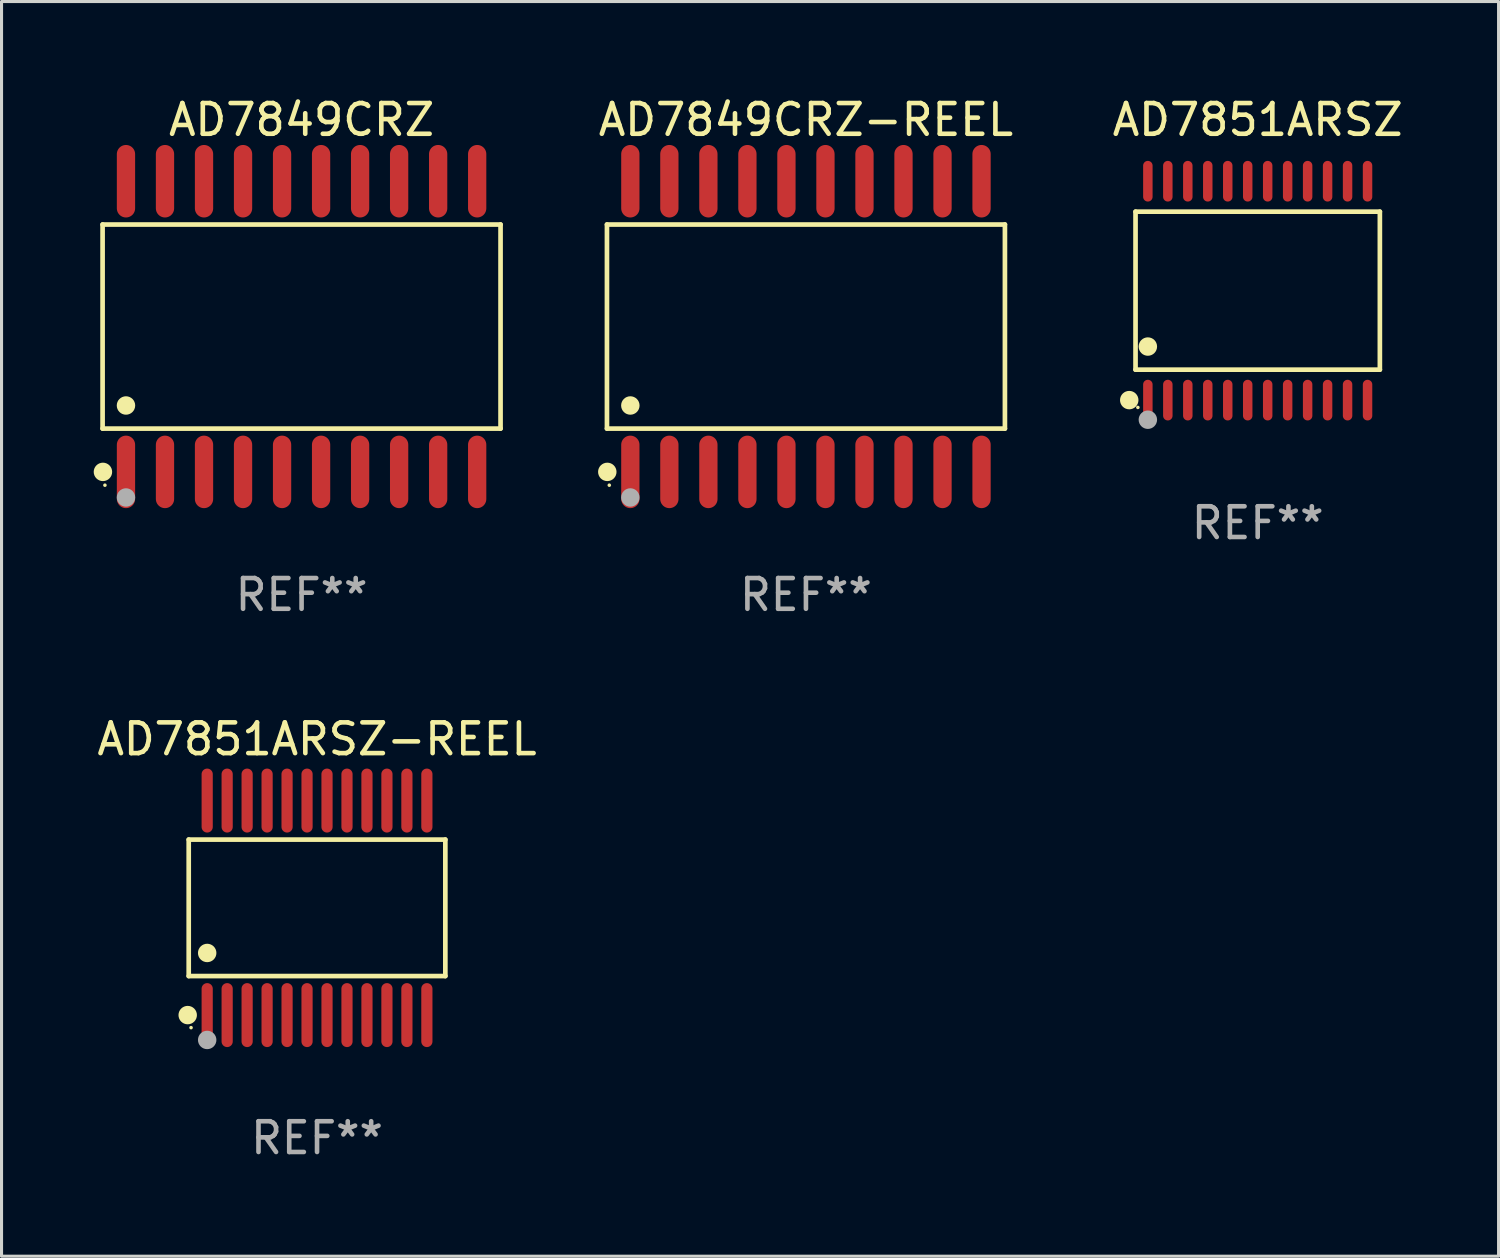
<source format=kicad_pcb>
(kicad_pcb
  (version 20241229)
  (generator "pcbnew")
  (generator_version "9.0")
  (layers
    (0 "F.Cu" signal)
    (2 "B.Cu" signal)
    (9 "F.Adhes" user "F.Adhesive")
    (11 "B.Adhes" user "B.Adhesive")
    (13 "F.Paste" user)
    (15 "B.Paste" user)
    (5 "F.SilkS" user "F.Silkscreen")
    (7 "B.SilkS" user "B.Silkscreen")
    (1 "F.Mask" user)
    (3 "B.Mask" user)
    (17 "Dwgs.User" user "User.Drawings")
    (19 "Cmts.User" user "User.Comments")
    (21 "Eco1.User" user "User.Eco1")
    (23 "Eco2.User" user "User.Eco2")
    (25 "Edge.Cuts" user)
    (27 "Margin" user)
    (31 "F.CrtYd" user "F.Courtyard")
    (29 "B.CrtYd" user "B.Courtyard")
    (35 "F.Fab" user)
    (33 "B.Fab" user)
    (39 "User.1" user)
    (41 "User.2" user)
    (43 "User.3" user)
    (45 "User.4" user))
  (footprint "AD7849CRZ-REEL"
    (layer "F.Cu")
    (at 23.18 7.578)
    (property "Reference" "AD7849CRZ-REEL" (at 0 -6.73 0) (layer "F.SilkS") (effects (font (size 1 1) (thickness 0.15))))
    (attr through_hole)
    (fp_line (start -6.476 -3.321) (end 6.476 -3.321) (stroke (width 0.152) (type solid)) (layer "F.SilkS"))
    (fp_line (start -6.476 3.321) (end -6.476 -3.321) (stroke (width 0.152) (type solid)) (layer "F.SilkS"))
    (fp_line (start 6.476 -3.321) (end 6.476 3.321) (stroke (width 0.152) (type solid)) (layer "F.SilkS"))
    (fp_line (start 6.476 3.321) (end -6.476 3.321) (stroke (width 0.152) (type solid)) (layer "F.SilkS"))
    (fp_circle (center -6.465 4.73) (end -6.315 4.73) (stroke (width 0.3) (type solid)) (fill no) (layer "F.SilkS"))
    (fp_circle (center -6.4 5.163) (end -6.37 5.163) (stroke (width 0.06) (type solid)) (fill no) (layer "F.SilkS"))
    (fp_circle (center -5.715 2.569) (end -5.565 2.569) (stroke (width 0.3) (type solid)) (fill no) (layer "F.SilkS"))
    (fp_circle (center -5.715 5.563) (end -5.565 5.563) (stroke (width 0.3) (type solid)) (fill no) (layer "F.Fab"))
    (fp_text user "REF**" (at 0 8.73 0) (layer "F.Fab") (effects (font (size 1 1) (thickness 0.15))))
    (pad "1" smd oval (at -5.715 4.73) (size 0.595 2.36) (layers "F.Cu" "F.Mask" "F.Paste"))
    (pad "2" smd oval (at -4.445 4.73) (size 0.595 2.36) (layers "F.Cu" "F.Mask" "F.Paste"))
    (pad "3" smd oval (at -3.175 4.73) (size 0.595 2.36) (layers "F.Cu" "F.Mask" "F.Paste"))
    (pad "4" smd oval (at -1.905 4.73) (size 0.595 2.36) (layers "F.Cu" "F.Mask" "F.Paste"))
    (pad "5" smd oval (at -0.635 4.73) (size 0.595 2.36) (layers "F.Cu" "F.Mask" "F.Paste"))
    (pad "6" smd oval (at 0.635 4.73) (size 0.595 2.36) (layers "F.Cu" "F.Mask" "F.Paste"))
    (pad "7" smd oval (at 1.905 4.73) (size 0.595 2.36) (layers "F.Cu" "F.Mask" "F.Paste"))
    (pad "8" smd oval (at 3.175 4.73) (size 0.595 2.36) (layers "F.Cu" "F.Mask" "F.Paste"))
    (pad "9" smd oval (at 4.445 4.73) (size 0.595 2.36) (layers "F.Cu" "F.Mask" "F.Paste"))
    (pad "10" smd oval (at 5.715 4.73) (size 0.595 2.36) (layers "F.Cu" "F.Mask" "F.Paste"))
    (pad "11" smd oval (at 5.715 -4.73) (size 0.595 2.36) (layers "F.Cu" "F.Mask" "F.Paste"))
    (pad "12" smd oval (at 4.445 -4.73) (size 0.595 2.36) (layers "F.Cu" "F.Mask" "F.Paste"))
    (pad "13" smd oval (at 3.175 -4.73) (size 0.595 2.36) (layers "F.Cu" "F.Mask" "F.Paste"))
    (pad "14" smd oval (at 1.905 -4.73) (size 0.595 2.36) (layers "F.Cu" "F.Mask" "F.Paste"))
    (pad "15" smd oval (at 0.635 -4.73) (size 0.595 2.36) (layers "F.Cu" "F.Mask" "F.Paste"))
    (pad "16" smd oval (at -0.635 -4.73) (size 0.595 2.36) (layers "F.Cu" "F.Mask" "F.Paste"))
    (pad "17" smd oval (at -1.905 -4.73) (size 0.595 2.36) (layers "F.Cu" "F.Mask" "F.Paste"))
    (pad "18" smd oval (at -3.175 -4.73) (size 0.595 2.36) (layers "F.Cu" "F.Mask" "F.Paste"))
    (pad "19" smd oval (at -4.445 -4.73) (size 0.595 2.36) (layers "F.Cu" "F.Mask" "F.Paste"))
    (pad "20" smd oval (at -5.715 -4.73) (size 0.595 2.36) (layers "F.Cu" "F.Mask" "F.Paste")))
  (footprint "AD7851ARSZ"
    (layer "F.Cu")
    (at 37.883 6.41)
    (property "Reference" "AD7851ARSZ" (at 0 -5.562 0) (layer "F.SilkS") (effects (font (size 1 1) (thickness 0.15))))
    (attr through_hole)
    (fp_line (start -3.976 -2.571) (end 3.976 -2.571) (stroke (width 0.152) (type solid)) (layer "F.SilkS"))
    (fp_line (start -3.976 2.571) (end -3.976 -2.571) (stroke (width 0.152) (type solid)) (layer "F.SilkS"))
    (fp_line (start 3.976 -2.571) (end 3.976 2.571) (stroke (width 0.152) (type solid)) (layer "F.SilkS"))
    (fp_line (start 3.976 2.571) (end -3.976 2.571) (stroke (width 0.152) (type solid)) (layer "F.SilkS"))
    (fp_circle (center -4.181 3.562) (end -4.031 3.562) (stroke (width 0.3) (type solid)) (fill no) (layer "F.SilkS"))
    (fp_circle (center -3.9 3.8) (end -3.87 3.8) (stroke (width 0.06) (type solid)) (fill no) (layer "F.SilkS"))
    (fp_circle (center -3.575 1.819) (end -3.425 1.819) (stroke (width 0.3) (type solid)) (fill no) (layer "F.SilkS"))
    (fp_circle (center -3.575 4.2) (end -3.425 4.2) (stroke (width 0.3) (type solid)) (fill no) (layer "F.Fab"))
    (fp_text user "REF**" (at 0 7.562 0) (layer "F.Fab") (effects (font (size 1 1) (thickness 0.15))))
    (pad "1" smd oval (at -3.575 3.562) (size 0.308 1.324) (layers "F.Cu" "F.Mask" "F.Paste"))
    (pad "2" smd oval (at -2.925 3.562) (size 0.308 1.324) (layers "F.Cu" "F.Mask" "F.Paste"))
    (pad "3" smd oval (at -2.275 3.562) (size 0.308 1.324) (layers "F.Cu" "F.Mask" "F.Paste"))
    (pad "4" smd oval (at -1.625 3.562) (size 0.308 1.324) (layers "F.Cu" "F.Mask" "F.Paste"))
    (pad "5" smd oval (at -0.975 3.562) (size 0.308 1.324) (layers "F.Cu" "F.Mask" "F.Paste"))
    (pad "6" smd oval (at -0.325 3.562) (size 0.308 1.324) (layers "F.Cu" "F.Mask" "F.Paste"))
    (pad "7" smd oval (at 0.325 3.562) (size 0.308 1.324) (layers "F.Cu" "F.Mask" "F.Paste"))
    (pad "8" smd oval (at 0.975 3.562) (size 0.308 1.324) (layers "F.Cu" "F.Mask" "F.Paste"))
    (pad "9" smd oval (at 1.625 3.562) (size 0.308 1.324) (layers "F.Cu" "F.Mask" "F.Paste"))
    (pad "10" smd oval (at 2.275 3.562) (size 0.308 1.324) (layers "F.Cu" "F.Mask" "F.Paste"))
    (pad "11" smd oval (at 2.925 3.562) (size 0.308 1.324) (layers "F.Cu" "F.Mask" "F.Paste"))
    (pad "12" smd oval (at 3.575 3.562) (size 0.308 1.324) (layers "F.Cu" "F.Mask" "F.Paste"))
    (pad "13" smd oval (at 3.575 -3.562) (size 0.308 1.324) (layers "F.Cu" "F.Mask" "F.Paste"))
    (pad "14" smd oval (at 2.925 -3.562) (size 0.308 1.324) (layers "F.Cu" "F.Mask" "F.Paste"))
    (pad "15" smd oval (at 2.275 -3.562) (size 0.308 1.324) (layers "F.Cu" "F.Mask" "F.Paste"))
    (pad "16" smd oval (at 1.625 -3.562) (size 0.308 1.324) (layers "F.Cu" "F.Mask" "F.Paste"))
    (pad "17" smd oval (at 0.975 -3.562) (size 0.308 1.324) (layers "F.Cu" "F.Mask" "F.Paste"))
    (pad "18" smd oval (at 0.325 -3.562) (size 0.308 1.324) (layers "F.Cu" "F.Mask" "F.Paste"))
    (pad "19" smd oval (at -0.325 -3.562) (size 0.308 1.324) (layers "F.Cu" "F.Mask" "F.Paste"))
    (pad "20" smd oval (at -0.975 -3.562) (size 0.308 1.324) (layers "F.Cu" "F.Mask" "F.Paste"))
    (pad "21" smd oval (at -1.625 -3.562) (size 0.308 1.324) (layers "F.Cu" "F.Mask" "F.Paste"))
    (pad "22" smd oval (at -2.275 -3.562) (size 0.308 1.324) (layers "F.Cu" "F.Mask" "F.Paste"))
    (pad "23" smd oval (at -2.925 -3.562) (size 0.308 1.324) (layers "F.Cu" "F.Mask" "F.Paste"))
    (pad "24" smd oval (at -3.575 -3.562) (size 0.308 1.324) (layers "F.Cu" "F.Mask" "F.Paste")))
  (footprint "AD7851ARSZ-REEL"
    (layer "F.Cu")
    (at 7.268 26.496)
    (property "Reference" "AD7851ARSZ-REEL" (at 0 -5.491 0) (layer "F.SilkS") (effects (font (size 1 1) (thickness 0.15))))
    (attr through_hole)
    (fp_line (start -4.176 -2.221) (end 4.176 -2.221) (stroke (width 0.152) (type solid)) (layer "F.SilkS"))
    (fp_line (start -4.176 2.221) (end -4.176 -2.221) (stroke (width 0.152) (type solid)) (layer "F.SilkS"))
    (fp_line (start 4.176 -2.221) (end 4.176 2.221) (stroke (width 0.152) (type solid)) (layer "F.SilkS"))
    (fp_line (start 4.176 2.221) (end -4.176 2.221) (stroke (width 0.152) (type solid)) (layer "F.SilkS"))
    (fp_circle (center -4.209 3.491) (end -4.059 3.491) (stroke (width 0.3) (type solid)) (fill no) (layer "F.SilkS"))
    (fp_circle (center -4.1 3.9) (end -4.07 3.9) (stroke (width 0.06) (type solid)) (fill no) (layer "F.SilkS"))
    (fp_circle (center -3.575 1.469) (end -3.425 1.469) (stroke (width 0.3) (type solid)) (fill no) (layer "F.SilkS"))
    (fp_circle (center -3.575 4.3) (end -3.425 4.3) (stroke (width 0.3) (type solid)) (fill no) (layer "F.Fab"))
    (fp_text user "REF**" (at 0 7.491 0) (layer "F.Fab") (effects (font (size 1 1) (thickness 0.15))))
    (pad "1" smd oval (at -3.575 3.491) (size 0.364 2.082) (layers "F.Cu" "F.Mask" "F.Paste"))
    (pad "2" smd oval (at -2.925 3.491) (size 0.364 2.082) (layers "F.Cu" "F.Mask" "F.Paste"))
    (pad "3" smd oval (at -2.275 3.491) (size 0.364 2.082) (layers "F.Cu" "F.Mask" "F.Paste"))
    (pad "4" smd oval (at -1.625 3.491) (size 0.364 2.082) (layers "F.Cu" "F.Mask" "F.Paste"))
    (pad "5" smd oval (at -0.975 3.491) (size 0.364 2.082) (layers "F.Cu" "F.Mask" "F.Paste"))
    (pad "6" smd oval (at -0.325 3.491) (size 0.364 2.082) (layers "F.Cu" "F.Mask" "F.Paste"))
    (pad "7" smd oval (at 0.325 3.491) (size 0.364 2.082) (layers "F.Cu" "F.Mask" "F.Paste"))
    (pad "8" smd oval (at 0.975 3.491) (size 0.364 2.082) (layers "F.Cu" "F.Mask" "F.Paste"))
    (pad "9" smd oval (at 1.625 3.491) (size 0.364 2.082) (layers "F.Cu" "F.Mask" "F.Paste"))
    (pad "10" smd oval (at 2.275 3.491) (size 0.364 2.082) (layers "F.Cu" "F.Mask" "F.Paste"))
    (pad "11" smd oval (at 2.925 3.491) (size 0.364 2.082) (layers "F.Cu" "F.Mask" "F.Paste"))
    (pad "12" smd oval (at 3.575 3.491) (size 0.364 2.082) (layers "F.Cu" "F.Mask" "F.Paste"))
    (pad "13" smd oval (at 3.575 -3.491) (size 0.364 2.082) (layers "F.Cu" "F.Mask" "F.Paste"))
    (pad "14" smd oval (at 2.925 -3.491) (size 0.364 2.082) (layers "F.Cu" "F.Mask" "F.Paste"))
    (pad "15" smd oval (at 2.275 -3.491) (size 0.364 2.082) (layers "F.Cu" "F.Mask" "F.Paste"))
    (pad "16" smd oval (at 1.625 -3.491) (size 0.364 2.082) (layers "F.Cu" "F.Mask" "F.Paste"))
    (pad "17" smd oval (at 0.975 -3.491) (size 0.364 2.082) (layers "F.Cu" "F.Mask" "F.Paste"))
    (pad "18" smd oval (at 0.325 -3.491) (size 0.364 2.082) (layers "F.Cu" "F.Mask" "F.Paste"))
    (pad "19" smd oval (at -0.325 -3.491) (size 0.364 2.082) (layers "F.Cu" "F.Mask" "F.Paste"))
    (pad "20" smd oval (at -0.975 -3.491) (size 0.364 2.082) (layers "F.Cu" "F.Mask" "F.Paste"))
    (pad "21" smd oval (at -1.625 -3.491) (size 0.364 2.082) (layers "F.Cu" "F.Mask" "F.Paste"))
    (pad "22" smd oval (at -2.275 -3.491) (size 0.364 2.082) (layers "F.Cu" "F.Mask" "F.Paste"))
    (pad "23" smd oval (at -2.925 -3.491) (size 0.364 2.082) (layers "F.Cu" "F.Mask" "F.Paste"))
    (pad "24" smd oval (at -3.575 -3.491) (size 0.364 2.082) (layers "F.Cu" "F.Mask" "F.Paste")))
  (footprint "AD7849CRZ"
    (layer "F.Cu")
    (at 6.765 7.578)
    (property "Reference" "AD7849CRZ" (at 0 -6.73 0) (layer "F.SilkS") (effects (font (size 1 1) (thickness 0.15))))
    (attr through_hole)
    (fp_line (start -6.476 -3.321) (end 6.476 -3.321) (stroke (width 0.152) (type solid)) (layer "F.SilkS"))
    (fp_line (start -6.476 3.321) (end -6.476 -3.321) (stroke (width 0.152) (type solid)) (layer "F.SilkS"))
    (fp_line (start 6.476 -3.321) (end 6.476 3.321) (stroke (width 0.152) (type solid)) (layer "F.SilkS"))
    (fp_line (start 6.476 3.321) (end -6.476 3.321) (stroke (width 0.152) (type solid)) (layer "F.SilkS"))
    (fp_circle (center -6.465 4.73) (end -6.315 4.73) (stroke (width 0.3) (type solid)) (fill no) (layer "F.SilkS"))
    (fp_circle (center -6.4 5.163) (end -6.37 5.163) (stroke (width 0.06) (type solid)) (fill no) (layer "F.SilkS"))
    (fp_circle (center -5.715 2.569) (end -5.565 2.569) (stroke (width 0.3) (type solid)) (fill no) (layer "F.SilkS"))
    (fp_circle (center -5.715 5.563) (end -5.565 5.563) (stroke (width 0.3) (type solid)) (fill no) (layer "F.Fab"))
    (fp_text user "REF**" (at 0 8.73 0) (layer "F.Fab") (effects (font (size 1 1) (thickness 0.15))))
    (pad "1" smd oval (at -5.715 4.73) (size 0.595 2.36) (layers "F.Cu" "F.Mask" "F.Paste"))
    (pad "2" smd oval (at -4.445 4.73) (size 0.595 2.36) (layers "F.Cu" "F.Mask" "F.Paste"))
    (pad "3" smd oval (at -3.175 4.73) (size 0.595 2.36) (layers "F.Cu" "F.Mask" "F.Paste"))
    (pad "4" smd oval (at -1.905 4.73) (size 0.595 2.36) (layers "F.Cu" "F.Mask" "F.Paste"))
    (pad "5" smd oval (at -0.635 4.73) (size 0.595 2.36) (layers "F.Cu" "F.Mask" "F.Paste"))
    (pad "6" smd oval (at 0.635 4.73) (size 0.595 2.36) (layers "F.Cu" "F.Mask" "F.Paste"))
    (pad "7" smd oval (at 1.905 4.73) (size 0.595 2.36) (layers "F.Cu" "F.Mask" "F.Paste"))
    (pad "8" smd oval (at 3.175 4.73) (size 0.595 2.36) (layers "F.Cu" "F.Mask" "F.Paste"))
    (pad "9" smd oval (at 4.445 4.73) (size 0.595 2.36) (layers "F.Cu" "F.Mask" "F.Paste"))
    (pad "10" smd oval (at 5.715 4.73) (size 0.595 2.36) (layers "F.Cu" "F.Mask" "F.Paste"))
    (pad "11" smd oval (at 5.715 -4.73) (size 0.595 2.36) (layers "F.Cu" "F.Mask" "F.Paste"))
    (pad "12" smd oval (at 4.445 -4.73) (size 0.595 2.36) (layers "F.Cu" "F.Mask" "F.Paste"))
    (pad "13" smd oval (at 3.175 -4.73) (size 0.595 2.36) (layers "F.Cu" "F.Mask" "F.Paste"))
    (pad "14" smd oval (at 1.905 -4.73) (size 0.595 2.36) (layers "F.Cu" "F.Mask" "F.Paste"))
    (pad "15" smd oval (at 0.635 -4.73) (size 0.595 2.36) (layers "F.Cu" "F.Mask" "F.Paste"))
    (pad "16" smd oval (at -0.635 -4.73) (size 0.595 2.36) (layers "F.Cu" "F.Mask" "F.Paste"))
    (pad "17" smd oval (at -1.905 -4.73) (size 0.595 2.36) (layers "F.Cu" "F.Mask" "F.Paste"))
    (pad "18" smd oval (at -3.175 -4.73) (size 0.595 2.36) (layers "F.Cu" "F.Mask" "F.Paste"))
    (pad "19" smd oval (at -4.445 -4.73) (size 0.595 2.36) (layers "F.Cu" "F.Mask" "F.Paste"))
    (pad "20" smd oval (at -5.715 -4.73) (size 0.595 2.36) (layers "F.Cu" "F.Mask" "F.Paste")))
  (gr_rect
    (start -3 -3)
    (end 45.722 37.835)
    (stroke (width 0.1) (type default))
    (fill no)
    (layer "Edge.Cuts")))
</source>
